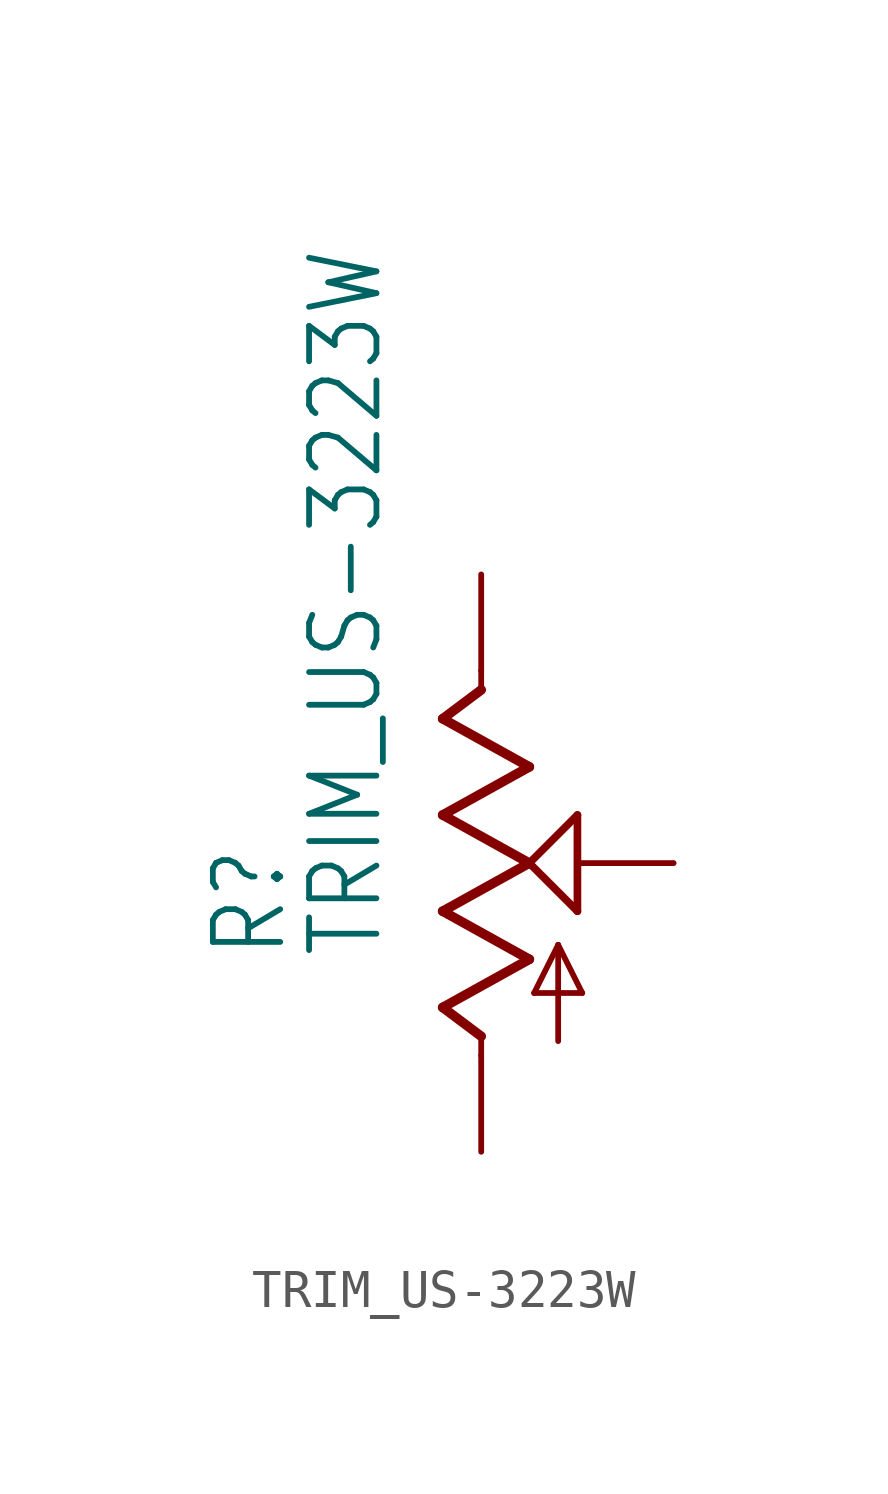
<source format=kicad_sym>
(kicad_symbol_lib
  (version 20211014)
  (generator kicad_symbol_editor)
  (symbol "TRIM_US-3223W"
    (property "Reference" "R"
      (at -5.08 -2.54 90)
      (effects (font (size 1.778 1.511)) (justify left bottom)))
    (property "Value" "TRIM_US-3223W"
      (at -2.54 -2.54 90)
      (effects (font (size 1.778 1.511)) (justify left bottom)))
    (property "ki_locked" ""
      (at 0 0 0)
      (effects (font (size 1.27 1.27))))
    (symbol "TRIM_US-3223W_1_0"
      (polyline (pts (xy -1.016 -3.81) (xy 1.27 -2.54)) (stroke (width 0.254) (type default) (color 0 0 0 0)) (fill (type none)))
      (polyline (pts (xy -1.016 -1.27) (xy 1.27 0)) (stroke (width 0.254) (type default) (color 0 0 0 0)) (fill (type none)))
      (polyline (pts (xy -1.016 1.27) (xy 1.27 2.54)) (stroke (width 0.254) (type default) (color 0 0 0 0)) (fill (type none)))
      (polyline (pts (xy -1.016 3.81) (xy 0 4.572)) (stroke (width 0.254) (type default) (color 0 0 0 0)) (fill (type none)))
      (polyline (pts (xy 0 -5.08) (xy 0 -4.572)) (stroke (width 0.152) (type default) (color 0 0 0 0)) (fill (type none)))
      (polyline (pts (xy 0 -4.572) (xy -1.016 -3.81)) (stroke (width 0.254) (type default) (color 0 0 0 0)) (fill (type none)))
      (polyline (pts (xy 0 4.572) (xy 0 5.08)) (stroke (width 0.152) (type default) (color 0 0 0 0)) (fill (type none)))
      (polyline (pts (xy 1.27 -2.54) (xy -1.016 -1.27)) (stroke (width 0.254) (type default) (color 0 0 0 0)) (fill (type none)))
      (polyline (pts (xy 1.27 0) (xy -1.016 1.27)) (stroke (width 0.254) (type default) (color 0 0 0 0)) (fill (type none)))
      (polyline (pts (xy 1.27 0) (xy 2.54 1.27)) (stroke (width 0.203) (type default) (color 0 0 0 0)) (fill (type none)))
      (polyline (pts (xy 1.27 2.54) (xy -1.016 3.81)) (stroke (width 0.254) (type default) (color 0 0 0 0)) (fill (type none)))
      (polyline (pts (xy 1.397 -3.429) (xy 2.032 -2.159)) (stroke (width 0.152) (type default) (color 0 0 0 0)) (fill (type none)))
      (polyline (pts (xy 2.032 -4.699) (xy 2.032 -2.159)) (stroke (width 0.152) (type default) (color 0 0 0 0)) (fill (type none)))
      (polyline (pts (xy 2.032 -2.159) (xy 2.667 -3.429)) (stroke (width 0.152) (type default) (color 0 0 0 0)) (fill (type none)))
      (polyline (pts (xy 2.54 -1.27) (xy 1.27 0)) (stroke (width 0.203) (type default) (color 0 0 0 0)) (fill (type none)))
      (polyline (pts (xy 2.54 1.27) (xy 2.54 -1.27)) (stroke (width 0.203) (type default) (color 0 0 0 0)) (fill (type none)))
      (polyline (pts (xy 2.667 -3.429) (xy 1.397 -3.429)) (stroke (width 0.152) (type default) (color 0 0 0 0)) (fill (type none)))
      (pin passive line (at 0 -7.62 90) (length 2.54) (name "A" (effects (font (size 0 0)))) (number "1" (effects (font (size 0 0)))))
      (pin passive line (at 5.08 0 180) (length 2.54) (name "S" (effects (font (size 0 0)))) (number "2" (effects (font (size 0 0)))))
      (pin passive line (at 0 7.62 270) (length 2.54) (name "E" (effects (font (size 0 0)))) (number "3" (effects (font (size 0 0))))))))
</source>
